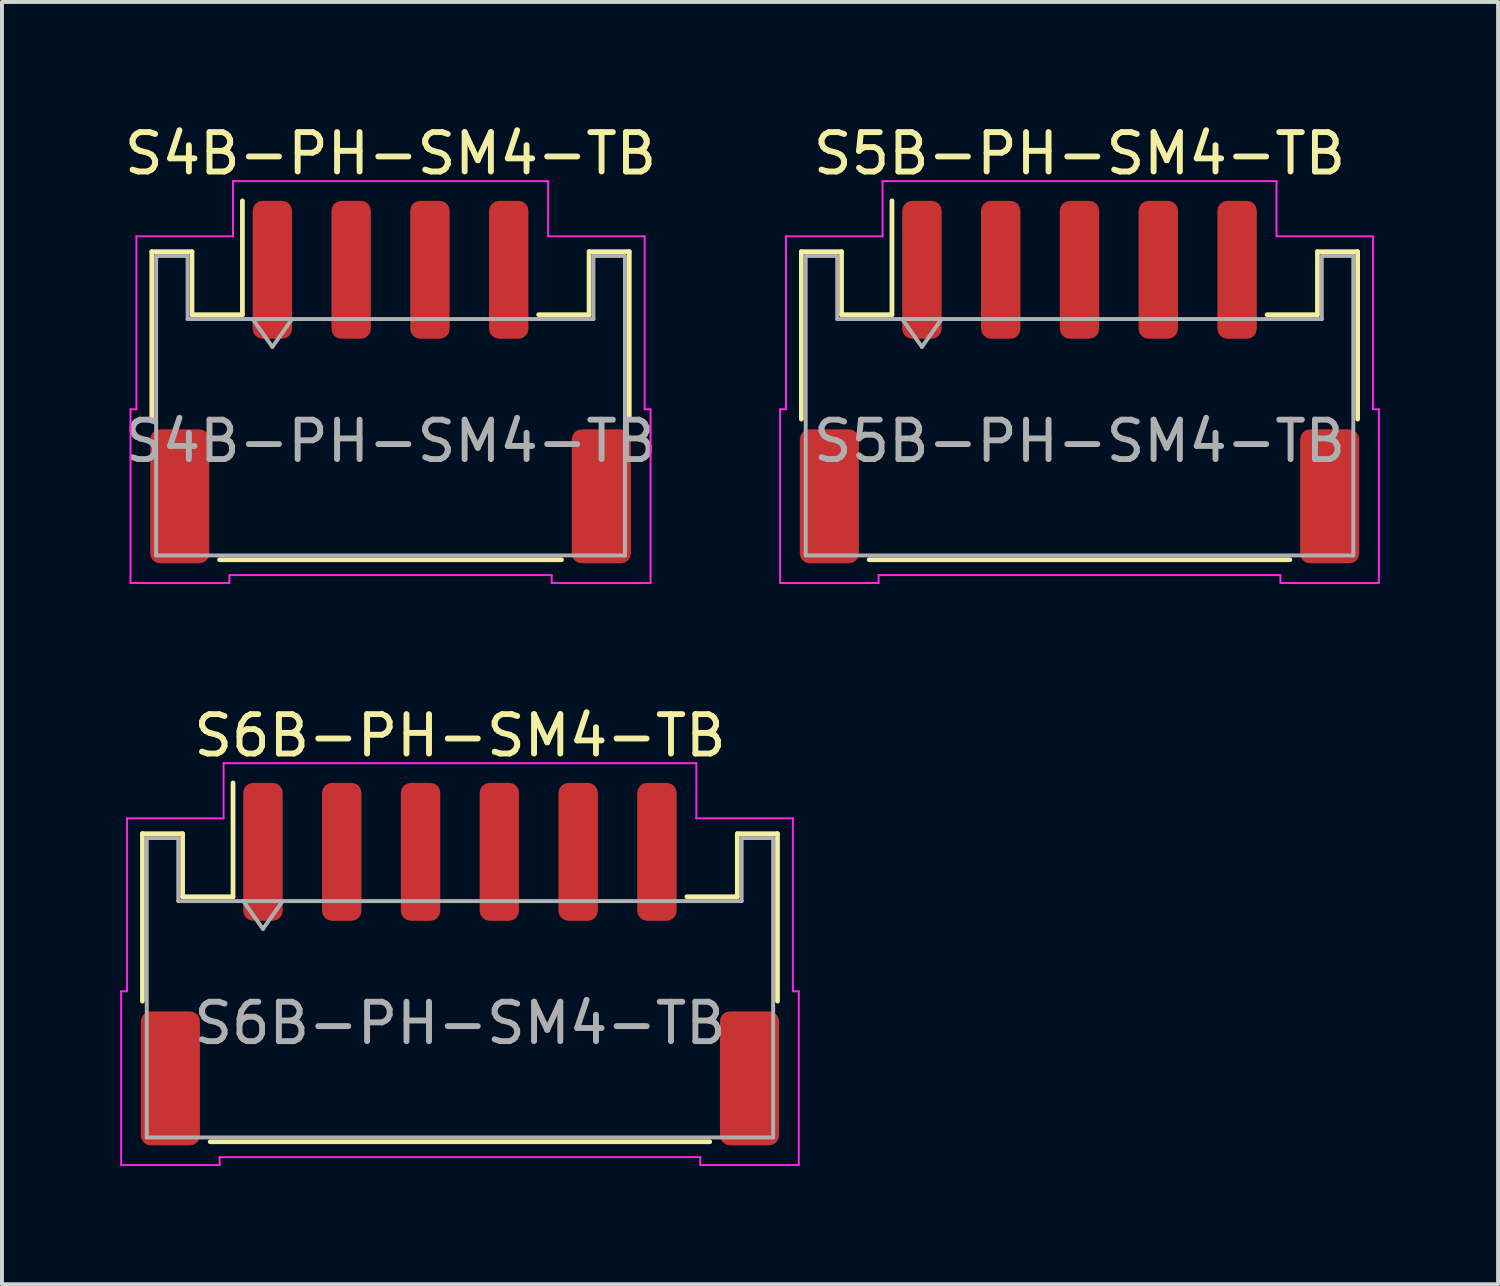
<source format=kicad_pcb>
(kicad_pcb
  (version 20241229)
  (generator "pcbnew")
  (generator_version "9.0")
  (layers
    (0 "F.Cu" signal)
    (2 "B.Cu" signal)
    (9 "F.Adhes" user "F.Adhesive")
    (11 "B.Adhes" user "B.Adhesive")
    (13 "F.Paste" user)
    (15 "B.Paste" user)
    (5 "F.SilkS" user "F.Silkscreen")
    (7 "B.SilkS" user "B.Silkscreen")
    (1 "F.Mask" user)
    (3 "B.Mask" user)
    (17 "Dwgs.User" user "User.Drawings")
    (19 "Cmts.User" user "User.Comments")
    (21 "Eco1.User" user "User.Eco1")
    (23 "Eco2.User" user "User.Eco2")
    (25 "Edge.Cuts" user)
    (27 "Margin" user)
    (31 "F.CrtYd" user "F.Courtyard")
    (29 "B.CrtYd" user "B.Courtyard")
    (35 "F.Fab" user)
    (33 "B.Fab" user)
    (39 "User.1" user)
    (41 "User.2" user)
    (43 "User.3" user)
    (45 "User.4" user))
  (footprint "S6B-PH-SM4-TB"
    (layer "F.Cu")
    (at 8.625 21.422)
    (property "Reference" "S6B-PH-SM4-TB" (at 0 -5.8 0) (layer "F.SilkS") (effects (font (size 1 1) (thickness 0.15))))
    (attr smd)
    (fp_line (start -8.06 -3.31) (end -7.04 -3.31) (stroke (width 0.12) (type solid)) (layer "F.SilkS"))
    (fp_line (start -8.06 0.94) (end -8.06 -3.31) (stroke (width 0.12) (type solid)) (layer "F.SilkS"))
    (fp_line (start -7.04 -3.31) (end -7.04 -1.71) (stroke (width 0.12) (type solid)) (layer "F.SilkS"))
    (fp_line (start -7.04 -1.71) (end -5.76 -1.71) (stroke (width 0.12) (type solid)) (layer "F.SilkS"))
    (fp_line (start -6.34 4.51) (end 6.34 4.51) (stroke (width 0.12) (type solid)) (layer "F.SilkS"))
    (fp_line (start -5.76 -1.71) (end -5.76 -4.6) (stroke (width 0.12) (type solid)) (layer "F.SilkS"))
    (fp_line (start 7.04 -3.31) (end 7.04 -1.71) (stroke (width 0.12) (type solid)) (layer "F.SilkS"))
    (fp_line (start 7.04 -1.71) (end 5.76 -1.71) (stroke (width 0.12) (type solid)) (layer "F.SilkS"))
    (fp_line (start 8.06 -3.31) (end 7.04 -3.31) (stroke (width 0.12) (type solid)) (layer "F.SilkS"))
    (fp_line (start 8.06 0.94) (end 8.06 -3.31) (stroke (width 0.12) (type solid)) (layer "F.SilkS"))
    (fp_line (start -8.6 0.69) (end -8.45 0.69) (stroke (width 0.05) (type solid)) (layer "F.CrtYd"))
    (fp_line (start -8.6 5.1) (end -8.6 0.69) (stroke (width 0.05) (type solid)) (layer "F.CrtYd"))
    (fp_line (start -8.45 -3.7) (end -6 -3.7) (stroke (width 0.05) (type solid)) (layer "F.CrtYd"))
    (fp_line (start -8.45 0.69) (end -8.45 -3.7) (stroke (width 0.05) (type solid)) (layer "F.CrtYd"))
    (fp_line (start -6.1 4.9) (end -6.1 5.1) (stroke (width 0.05) (type solid)) (layer "F.CrtYd"))
    (fp_line (start -6.1 5.1) (end -8.6 5.1) (stroke (width 0.05) (type solid)) (layer "F.CrtYd"))
    (fp_line (start -6 -5.1) (end 6 -5.1) (stroke (width 0.05) (type solid)) (layer "F.CrtYd"))
    (fp_line (start -6 -3.7) (end -6 -5.1) (stroke (width 0.05) (type solid)) (layer "F.CrtYd"))
    (fp_line (start 6 -5.1) (end 6 -3.7) (stroke (width 0.05) (type solid)) (layer "F.CrtYd"))
    (fp_line (start 6 -3.7) (end 8.45 -3.7) (stroke (width 0.05) (type solid)) (layer "F.CrtYd"))
    (fp_line (start 6.1 4.9) (end -6.1 4.9) (stroke (width 0.05) (type solid)) (layer "F.CrtYd"))
    (fp_line (start 6.1 5.1) (end 6.1 4.9) (stroke (width 0.05) (type solid)) (layer "F.CrtYd"))
    (fp_line (start 8.45 -3.7) (end 8.45 0.69) (stroke (width 0.05) (type solid)) (layer "F.CrtYd"))
    (fp_line (start 8.45 0.69) (end 8.6 0.69) (stroke (width 0.05) (type solid)) (layer "F.CrtYd"))
    (fp_line (start 8.6 0.69) (end 8.6 5.1) (stroke (width 0.05) (type solid)) (layer "F.CrtYd"))
    (fp_line (start 8.6 5.1) (end 6.1 5.1) (stroke (width 0.05) (type solid)) (layer "F.CrtYd"))
    (fp_line (start -7.95 -3.2) (end -7.95 4.4) (stroke (width 0.1) (type solid)) (layer "F.Fab"))
    (fp_line (start -7.95 -3.2) (end -7.15 -3.2) (stroke (width 0.1) (type solid)) (layer "F.Fab"))
    (fp_line (start -7.95 4.4) (end 7.95 4.4) (stroke (width 0.1) (type solid)) (layer "F.Fab"))
    (fp_line (start -7.15 -3.2) (end -7.15 -1.6) (stroke (width 0.1) (type solid)) (layer "F.Fab"))
    (fp_line (start -7.15 -1.6) (end 7.15 -1.6) (stroke (width 0.1) (type solid)) (layer "F.Fab"))
    (fp_line (start -5.5 -1.6) (end -5 -0.893) (stroke (width 0.1) (type solid)) (layer "F.Fab"))
    (fp_line (start -5 -0.893) (end -4.5 -1.6) (stroke (width 0.1) (type solid)) (layer "F.Fab"))
    (fp_line (start 7.15 -3.2) (end 7.95 -3.2) (stroke (width 0.1) (type solid)) (layer "F.Fab"))
    (fp_line (start 7.15 -1.6) (end 7.15 -3.2) (stroke (width 0.1) (type solid)) (layer "F.Fab"))
    (fp_line (start 7.95 -3.2) (end 7.95 4.4) (stroke (width 0.1) (type solid)) (layer "F.Fab"))
    (fp_text user "${REFERENCE}" (at 0 1.5 0) (layer "F.Fab") (effects (font (size 1 1) (thickness 0.15))))
    (pad "1" smd roundrect (at -5 -2.85) (size 1 3.5) (layers "F.Cu" "F.Mask" "F.Paste") (roundrect_rratio 0.25))
    (pad "2" smd roundrect (at -3 -2.85) (size 1 3.5) (layers "F.Cu" "F.Mask" "F.Paste") (roundrect_rratio 0.25))
    (pad "3" smd roundrect (at -1 -2.85) (size 1 3.5) (layers "F.Cu" "F.Mask" "F.Paste") (roundrect_rratio 0.25))
    (pad "4" smd roundrect (at 1 -2.85) (size 1 3.5) (layers "F.Cu" "F.Mask" "F.Paste") (roundrect_rratio 0.25))
    (pad "5" smd roundrect (at 3 -2.85) (size 1 3.5) (layers "F.Cu" "F.Mask" "F.Paste") (roundrect_rratio 0.25))
    (pad "6" smd roundrect (at 5 -2.85) (size 1 3.5) (layers "F.Cu" "F.Mask" "F.Paste") (roundrect_rratio 0.25))
    (pad "MP" smd roundrect (at -7.35 2.9) (size 1.5 3.4) (layers "F.Cu" "F.Mask" "F.Paste") (roundrect_rratio 0.167))
    (pad "MP" smd roundrect (at 7.35 2.9) (size 1.5 3.4) (layers "F.Cu" "F.Mask" "F.Paste") (roundrect_rratio 0.167)))
  (footprint "S5B-PH-SM4-TB"
    (layer "F.Cu")
    (at 24.351 6.648)
    (property "Reference" "S5B-PH-SM4-TB" (at 0 -5.8 0) (layer "F.SilkS") (effects (font (size 1 1) (thickness 0.15))))
    (attr smd)
    (fp_line (start -7.06 -3.31) (end -6.04 -3.31) (stroke (width 0.12) (type solid)) (layer "F.SilkS"))
    (fp_line (start -7.06 0.94) (end -7.06 -3.31) (stroke (width 0.12) (type solid)) (layer "F.SilkS"))
    (fp_line (start -6.04 -3.31) (end -6.04 -1.71) (stroke (width 0.12) (type solid)) (layer "F.SilkS"))
    (fp_line (start -6.04 -1.71) (end -4.76 -1.71) (stroke (width 0.12) (type solid)) (layer "F.SilkS"))
    (fp_line (start -5.34 4.51) (end 5.34 4.51) (stroke (width 0.12) (type solid)) (layer "F.SilkS"))
    (fp_line (start -4.76 -1.71) (end -4.76 -4.6) (stroke (width 0.12) (type solid)) (layer "F.SilkS"))
    (fp_line (start 6.04 -3.31) (end 6.04 -1.71) (stroke (width 0.12) (type solid)) (layer "F.SilkS"))
    (fp_line (start 6.04 -1.71) (end 4.76 -1.71) (stroke (width 0.12) (type solid)) (layer "F.SilkS"))
    (fp_line (start 7.06 -3.31) (end 6.04 -3.31) (stroke (width 0.12) (type solid)) (layer "F.SilkS"))
    (fp_line (start 7.06 0.94) (end 7.06 -3.31) (stroke (width 0.12) (type solid)) (layer "F.SilkS"))
    (fp_line (start -7.6 0.69) (end -7.45 0.69) (stroke (width 0.05) (type solid)) (layer "F.CrtYd"))
    (fp_line (start -7.6 5.1) (end -7.6 0.69) (stroke (width 0.05) (type solid)) (layer "F.CrtYd"))
    (fp_line (start -7.45 -3.7) (end -5 -3.7) (stroke (width 0.05) (type solid)) (layer "F.CrtYd"))
    (fp_line (start -7.45 0.69) (end -7.45 -3.7) (stroke (width 0.05) (type solid)) (layer "F.CrtYd"))
    (fp_line (start -5.1 4.9) (end -5.1 5.1) (stroke (width 0.05) (type solid)) (layer "F.CrtYd"))
    (fp_line (start -5.1 5.1) (end -7.6 5.1) (stroke (width 0.05) (type solid)) (layer "F.CrtYd"))
    (fp_line (start -5 -5.1) (end 5 -5.1) (stroke (width 0.05) (type solid)) (layer "F.CrtYd"))
    (fp_line (start -5 -3.7) (end -5 -5.1) (stroke (width 0.05) (type solid)) (layer "F.CrtYd"))
    (fp_line (start 5 -5.1) (end 5 -3.7) (stroke (width 0.05) (type solid)) (layer "F.CrtYd"))
    (fp_line (start 5 -3.7) (end 7.45 -3.7) (stroke (width 0.05) (type solid)) (layer "F.CrtYd"))
    (fp_line (start 5.1 4.9) (end -5.1 4.9) (stroke (width 0.05) (type solid)) (layer "F.CrtYd"))
    (fp_line (start 5.1 5.1) (end 5.1 4.9) (stroke (width 0.05) (type solid)) (layer "F.CrtYd"))
    (fp_line (start 7.45 -3.7) (end 7.45 0.69) (stroke (width 0.05) (type solid)) (layer "F.CrtYd"))
    (fp_line (start 7.45 0.69) (end 7.6 0.69) (stroke (width 0.05) (type solid)) (layer "F.CrtYd"))
    (fp_line (start 7.6 0.69) (end 7.6 5.1) (stroke (width 0.05) (type solid)) (layer "F.CrtYd"))
    (fp_line (start 7.6 5.1) (end 5.1 5.1) (stroke (width 0.05) (type solid)) (layer "F.CrtYd"))
    (fp_line (start -6.95 -3.2) (end -6.95 4.4) (stroke (width 0.1) (type solid)) (layer "F.Fab"))
    (fp_line (start -6.95 -3.2) (end -6.15 -3.2) (stroke (width 0.1) (type solid)) (layer "F.Fab"))
    (fp_line (start -6.95 4.4) (end 6.95 4.4) (stroke (width 0.1) (type solid)) (layer "F.Fab"))
    (fp_line (start -6.15 -3.2) (end -6.15 -1.6) (stroke (width 0.1) (type solid)) (layer "F.Fab"))
    (fp_line (start -6.15 -1.6) (end 6.15 -1.6) (stroke (width 0.1) (type solid)) (layer "F.Fab"))
    (fp_line (start -4.5 -1.6) (end -4 -0.893) (stroke (width 0.1) (type solid)) (layer "F.Fab"))
    (fp_line (start -4 -0.893) (end -3.5 -1.6) (stroke (width 0.1) (type solid)) (layer "F.Fab"))
    (fp_line (start 6.15 -3.2) (end 6.95 -3.2) (stroke (width 0.1) (type solid)) (layer "F.Fab"))
    (fp_line (start 6.15 -1.6) (end 6.15 -3.2) (stroke (width 0.1) (type solid)) (layer "F.Fab"))
    (fp_line (start 6.95 -3.2) (end 6.95 4.4) (stroke (width 0.1) (type solid)) (layer "F.Fab"))
    (fp_text user "${REFERENCE}" (at 0 1.5 0) (layer "F.Fab") (effects (font (size 1 1) (thickness 0.15))))
    (pad "1" smd roundrect (at -4 -2.85) (size 1 3.5) (layers "F.Cu" "F.Mask" "F.Paste") (roundrect_rratio 0.25))
    (pad "2" smd roundrect (at -2 -2.85) (size 1 3.5) (layers "F.Cu" "F.Mask" "F.Paste") (roundrect_rratio 0.25))
    (pad "3" smd roundrect (at 0 -2.85) (size 1 3.5) (layers "F.Cu" "F.Mask" "F.Paste") (roundrect_rratio 0.25))
    (pad "4" smd roundrect (at 2 -2.85) (size 1 3.5) (layers "F.Cu" "F.Mask" "F.Paste") (roundrect_rratio 0.25))
    (pad "5" smd roundrect (at 4 -2.85) (size 1 3.5) (layers "F.Cu" "F.Mask" "F.Paste") (roundrect_rratio 0.25))
    (pad "MP" smd roundrect (at -6.35 2.9) (size 1.5 3.4) (layers "F.Cu" "F.Mask" "F.Paste") (roundrect_rratio 0.167))
    (pad "MP" smd roundrect (at 6.35 2.9) (size 1.5 3.4) (layers "F.Cu" "F.Mask" "F.Paste") (roundrect_rratio 0.167)))
  (footprint "S4B-PH-SM4-TB"
    (layer "F.Cu")
    (at 6.863 6.648)
    (property "Reference" "S4B-PH-SM4-TB" (at 0 -5.8 0) (layer "F.SilkS") (effects (font (size 1 1) (thickness 0.15))))
    (attr smd)
    (fp_line (start -6.06 -3.31) (end -5.04 -3.31) (stroke (width 0.12) (type solid)) (layer "F.SilkS"))
    (fp_line (start -6.06 0.94) (end -6.06 -3.31) (stroke (width 0.12) (type solid)) (layer "F.SilkS"))
    (fp_line (start -5.04 -3.31) (end -5.04 -1.71) (stroke (width 0.12) (type solid)) (layer "F.SilkS"))
    (fp_line (start -5.04 -1.71) (end -3.76 -1.71) (stroke (width 0.12) (type solid)) (layer "F.SilkS"))
    (fp_line (start -4.34 4.51) (end 4.34 4.51) (stroke (width 0.12) (type solid)) (layer "F.SilkS"))
    (fp_line (start -3.76 -1.71) (end -3.76 -4.6) (stroke (width 0.12) (type solid)) (layer "F.SilkS"))
    (fp_line (start 5.04 -3.31) (end 5.04 -1.71) (stroke (width 0.12) (type solid)) (layer "F.SilkS"))
    (fp_line (start 5.04 -1.71) (end 3.76 -1.71) (stroke (width 0.12) (type solid)) (layer "F.SilkS"))
    (fp_line (start 6.06 -3.31) (end 5.04 -3.31) (stroke (width 0.12) (type solid)) (layer "F.SilkS"))
    (fp_line (start 6.06 0.94) (end 6.06 -3.31) (stroke (width 0.12) (type solid)) (layer "F.SilkS"))
    (fp_line (start -6.6 0.69) (end -6.45 0.69) (stroke (width 0.05) (type solid)) (layer "F.CrtYd"))
    (fp_line (start -6.6 5.1) (end -6.6 0.69) (stroke (width 0.05) (type solid)) (layer "F.CrtYd"))
    (fp_line (start -6.45 -3.7) (end -4 -3.7) (stroke (width 0.05) (type solid)) (layer "F.CrtYd"))
    (fp_line (start -6.45 0.69) (end -6.45 -3.7) (stroke (width 0.05) (type solid)) (layer "F.CrtYd"))
    (fp_line (start -4.09 4.9) (end -4.09 5.1) (stroke (width 0.05) (type solid)) (layer "F.CrtYd"))
    (fp_line (start -4.09 5.1) (end -6.6 5.1) (stroke (width 0.05) (type solid)) (layer "F.CrtYd"))
    (fp_line (start -4 -5.1) (end 4 -5.1) (stroke (width 0.05) (type solid)) (layer "F.CrtYd"))
    (fp_line (start -4 -3.7) (end -4 -5.1) (stroke (width 0.05) (type solid)) (layer "F.CrtYd"))
    (fp_line (start 4 -5.1) (end 4 -3.7) (stroke (width 0.05) (type solid)) (layer "F.CrtYd"))
    (fp_line (start 4 -3.7) (end 6.45 -3.7) (stroke (width 0.05) (type solid)) (layer "F.CrtYd"))
    (fp_line (start 4.09 4.9) (end -4.09 4.9) (stroke (width 0.05) (type solid)) (layer "F.CrtYd"))
    (fp_line (start 4.09 5.1) (end 4.09 4.9) (stroke (width 0.05) (type solid)) (layer "F.CrtYd"))
    (fp_line (start 6.45 -3.7) (end 6.45 0.69) (stroke (width 0.05) (type solid)) (layer "F.CrtYd"))
    (fp_line (start 6.45 0.69) (end 6.6 0.69) (stroke (width 0.05) (type solid)) (layer "F.CrtYd"))
    (fp_line (start 6.6 0.69) (end 6.6 5.1) (stroke (width 0.05) (type solid)) (layer "F.CrtYd"))
    (fp_line (start 6.6 5.1) (end 4.09 5.1) (stroke (width 0.05) (type solid)) (layer "F.CrtYd"))
    (fp_line (start -5.95 -3.2) (end -5.95 4.4) (stroke (width 0.1) (type solid)) (layer "F.Fab"))
    (fp_line (start -5.95 -3.2) (end -5.15 -3.2) (stroke (width 0.1) (type solid)) (layer "F.Fab"))
    (fp_line (start -5.95 4.4) (end 5.95 4.4) (stroke (width 0.1) (type solid)) (layer "F.Fab"))
    (fp_line (start -5.15 -3.2) (end -5.15 -1.6) (stroke (width 0.1) (type solid)) (layer "F.Fab"))
    (fp_line (start -5.15 -1.6) (end 5.15 -1.6) (stroke (width 0.1) (type solid)) (layer "F.Fab"))
    (fp_line (start -3.5 -1.6) (end -3 -0.893) (stroke (width 0.1) (type solid)) (layer "F.Fab"))
    (fp_line (start -3 -0.893) (end -2.5 -1.6) (stroke (width 0.1) (type solid)) (layer "F.Fab"))
    (fp_line (start 5.15 -3.2) (end 5.95 -3.2) (stroke (width 0.1) (type solid)) (layer "F.Fab"))
    (fp_line (start 5.15 -1.6) (end 5.15 -3.2) (stroke (width 0.1) (type solid)) (layer "F.Fab"))
    (fp_line (start 5.95 -3.2) (end 5.95 4.4) (stroke (width 0.1) (type solid)) (layer "F.Fab"))
    (fp_text user "${REFERENCE}" (at 0 1.5 0) (layer "F.Fab") (effects (font (size 1 1) (thickness 0.15))))
    (pad "1" smd roundrect (at -3 -2.85) (size 1 3.5) (layers "F.Cu" "F.Mask" "F.Paste") (roundrect_rratio 0.25))
    (pad "2" smd roundrect (at -1 -2.85) (size 1 3.5) (layers "F.Cu" "F.Mask" "F.Paste") (roundrect_rratio 0.25))
    (pad "3" smd roundrect (at 1 -2.85) (size 1 3.5) (layers "F.Cu" "F.Mask" "F.Paste") (roundrect_rratio 0.25))
    (pad "4" smd roundrect (at 3 -2.85) (size 1 3.5) (layers "F.Cu" "F.Mask" "F.Paste") (roundrect_rratio 0.25))
    (pad "MP" smd roundrect (at -5.35 2.9) (size 1.5 3.4) (layers "F.Cu" "F.Mask" "F.Paste") (roundrect_rratio 0.167))
    (pad "MP" smd roundrect (at 5.35 2.9) (size 1.5 3.4) (layers "F.Cu" "F.Mask" "F.Paste") (roundrect_rratio 0.167)))
  (gr_rect
    (start -3 -3)
    (end 34.976 29.547)
    (stroke (width 0.1) (type default))
    (fill no)
    (layer "Edge.Cuts")))
</source>
